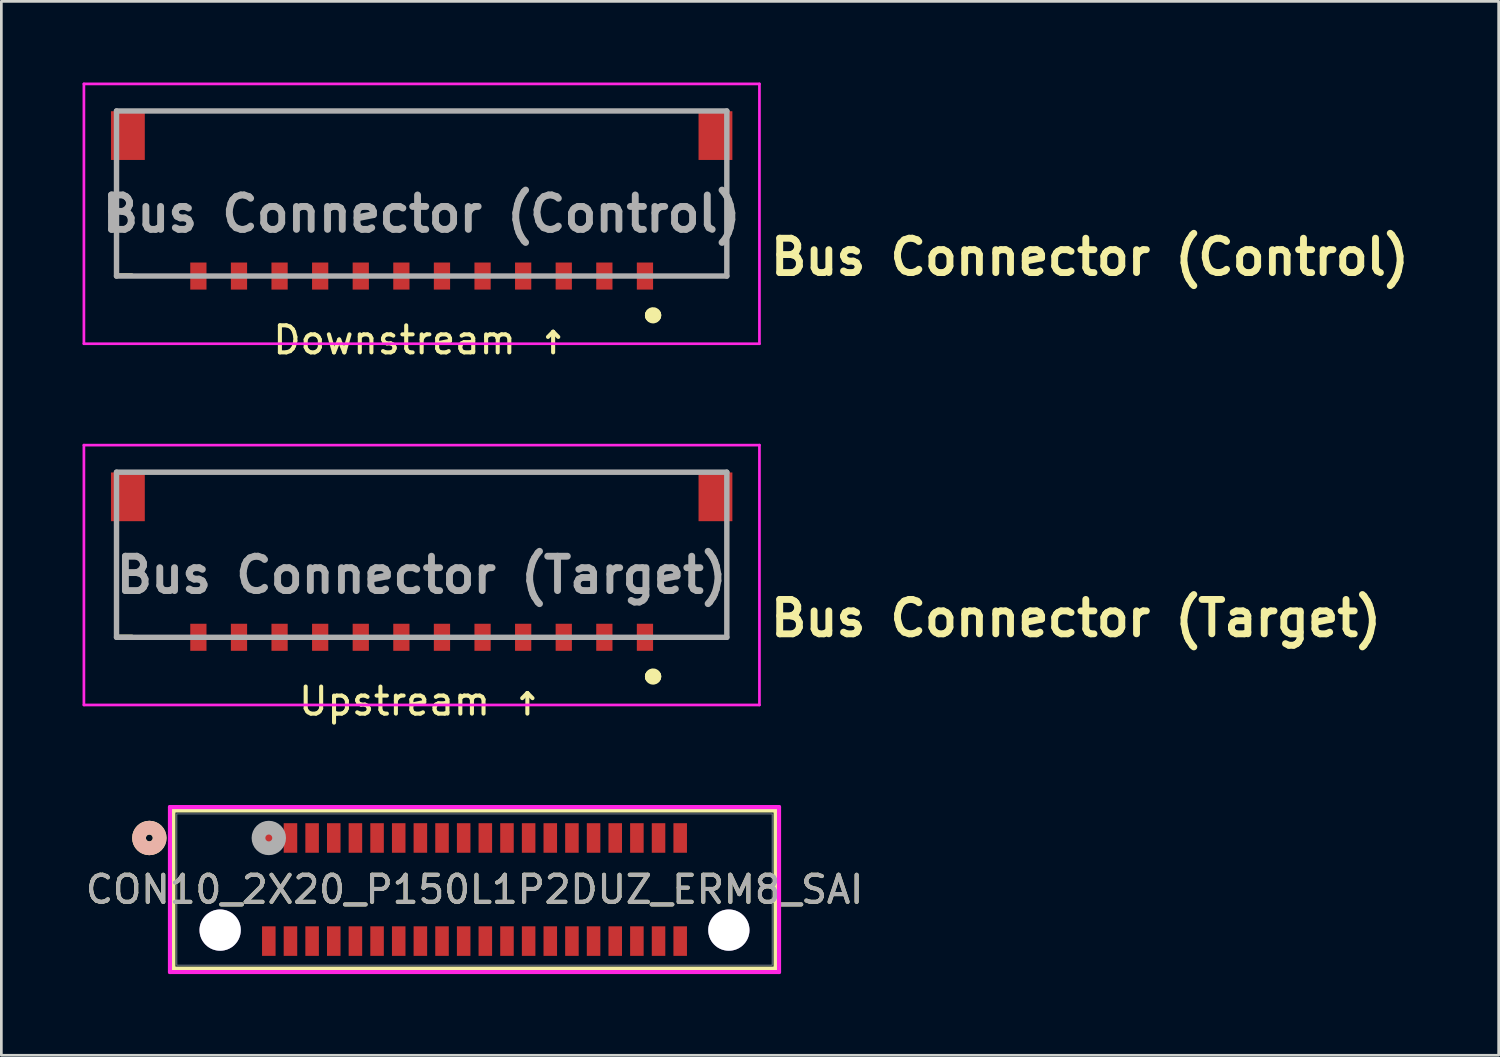
<source format=kicad_pcb>
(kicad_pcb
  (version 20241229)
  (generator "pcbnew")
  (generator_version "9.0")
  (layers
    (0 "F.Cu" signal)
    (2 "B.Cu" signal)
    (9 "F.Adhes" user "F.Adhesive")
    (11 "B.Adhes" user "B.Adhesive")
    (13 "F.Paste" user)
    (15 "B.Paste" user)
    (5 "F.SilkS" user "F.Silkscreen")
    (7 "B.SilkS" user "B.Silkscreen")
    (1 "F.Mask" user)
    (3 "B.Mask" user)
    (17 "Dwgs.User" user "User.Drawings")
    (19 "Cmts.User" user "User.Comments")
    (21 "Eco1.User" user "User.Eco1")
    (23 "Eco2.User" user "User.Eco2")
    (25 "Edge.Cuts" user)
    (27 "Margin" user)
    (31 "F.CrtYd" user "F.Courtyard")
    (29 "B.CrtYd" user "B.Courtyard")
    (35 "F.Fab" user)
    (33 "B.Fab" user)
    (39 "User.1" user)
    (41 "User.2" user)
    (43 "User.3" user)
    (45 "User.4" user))
  (footprint "CON10_2X20_P150L1P2DUZ_ERM8_SAI"
    (layer "F.Cu")
    (at 6.882 27.912)
    (property "Reference" "CON10_2X20_P150L1P2DUZ_ERM8_SAI" (at 7.6 1.905 0) (unlocked yes) (layer "F.SilkS") (effects (font (size 1 1) (thickness 0.15))))
    (attr smd)
    (fp_line (start -3.525 -1.016) (end -3.525 4.826) (stroke (width 0.152) (type solid)) (layer "F.SilkS"))
    (fp_line (start -3.525 4.826) (end 18.725 4.826) (stroke (width 0.152) (type solid)) (layer "F.SilkS"))
    (fp_line (start 18.725 -1.016) (end -3.525 -1.016) (stroke (width 0.152) (type solid)) (layer "F.SilkS"))
    (fp_line (start 18.725 4.826) (end 18.725 -1.016) (stroke (width 0.152) (type solid)) (layer "F.SilkS"))
    (fp_circle (center -4.414 0) (end -4.033 0) (stroke (width 0.508) (type solid)) (fill no) (layer "F.SilkS"))
    (fp_circle (center -4.414 0) (end -4.033 0) (stroke (width 0.508) (type solid)) (fill no) (layer "B.SilkS"))
    (fp_line (start -3.652 -1.143) (end -3.652 4.953) (stroke (width 0.152) (type solid)) (layer "F.CrtYd"))
    (fp_line (start -3.652 4.953) (end 18.852 4.953) (stroke (width 0.152) (type solid)) (layer "F.CrtYd"))
    (fp_line (start 18.852 -1.143) (end -3.652 -1.143) (stroke (width 0.152) (type solid)) (layer "F.CrtYd"))
    (fp_line (start 18.852 4.953) (end 18.852 -1.143) (stroke (width 0.152) (type solid)) (layer "F.CrtYd"))
    (fp_line (start -3.398 -0.889) (end -3.398 4.699) (stroke (width 0.025) (type solid)) (layer "F.Fab"))
    (fp_line (start -3.398 4.699) (end 18.598 4.699) (stroke (width 0.025) (type solid)) (layer "F.Fab"))
    (fp_line (start 18.598 -0.889) (end -3.398 -0.889) (stroke (width 0.025) (type solid)) (layer "F.Fab"))
    (fp_line (start 18.598 4.699) (end 18.598 -0.889) (stroke (width 0.025) (type solid)) (layer "F.Fab"))
    (fp_circle (center 0 0) (end 0.381 0) (stroke (width 0.508) (type solid)) (fill no) (layer "F.Fab"))
    (fp_text user "${REFERENCE}" (at 7.6 1.905 0) (unlocked yes) (layer "F.Fab") (effects (font (size 1 1) (thickness 0.15))))
    (pad "1" smd rect (at 0 0) (size 0.5 1.092) (layers "F.Cu" "F.Mask" "F.Paste"))
    (pad "2" smd rect (at 0 3.81) (size 0.5 1.092) (layers "F.Cu" "F.Mask" "F.Paste"))
    (pad "3" smd rect (at 0.8 0) (size 0.5 1.092) (layers "F.Cu" "F.Mask" "F.Paste"))
    (pad "4" smd rect (at 0.8 3.81) (size 0.5 1.092) (layers "F.Cu" "F.Mask" "F.Paste"))
    (pad "5" smd rect (at 1.6 0) (size 0.5 1.092) (layers "F.Cu" "F.Mask" "F.Paste"))
    (pad "6" smd rect (at 1.6 3.81) (size 0.5 1.092) (layers "F.Cu" "F.Mask" "F.Paste"))
    (pad "7" smd rect (at 2.4 0) (size 0.5 1.092) (layers "F.Cu" "F.Mask" "F.Paste"))
    (pad "8" smd rect (at 2.4 3.81) (size 0.5 1.092) (layers "F.Cu" "F.Mask" "F.Paste"))
    (pad "9" smd rect (at 3.2 0) (size 0.5 1.092) (layers "F.Cu" "F.Mask" "F.Paste"))
    (pad "10" smd rect (at 3.2 3.81) (size 0.5 1.092) (layers "F.Cu" "F.Mask" "F.Paste"))
    (pad "11" smd rect (at 4 0) (size 0.5 1.092) (layers "F.Cu" "F.Mask" "F.Paste"))
    (pad "12" smd rect (at 4 3.81) (size 0.5 1.092) (layers "F.Cu" "F.Mask" "F.Paste"))
    (pad "13" smd rect (at 4.8 0) (size 0.5 1.092) (layers "F.Cu" "F.Mask" "F.Paste"))
    (pad "14" smd rect (at 4.8 3.81) (size 0.5 1.092) (layers "F.Cu" "F.Mask" "F.Paste"))
    (pad "15" smd rect (at 5.6 0) (size 0.5 1.092) (layers "F.Cu" "F.Mask" "F.Paste"))
    (pad "16" smd rect (at 5.6 3.81) (size 0.5 1.092) (layers "F.Cu" "F.Mask" "F.Paste"))
    (pad "17" smd rect (at 6.4 0) (size 0.5 1.092) (layers "F.Cu" "F.Mask" "F.Paste"))
    (pad "18" smd rect (at 6.4 3.81) (size 0.5 1.092) (layers "F.Cu" "F.Mask" "F.Paste"))
    (pad "19" smd rect (at 7.2 0) (size 0.5 1.092) (layers "F.Cu" "F.Mask" "F.Paste"))
    (pad "20" smd rect (at 7.2 3.81) (size 0.5 1.092) (layers "F.Cu" "F.Mask" "F.Paste"))
    (pad "21" smd rect (at 8 0) (size 0.5 1.092) (layers "F.Cu" "F.Mask" "F.Paste"))
    (pad "22" smd rect (at 8 3.81) (size 0.5 1.092) (layers "F.Cu" "F.Mask" "F.Paste"))
    (pad "23" smd rect (at 8.8 0) (size 0.5 1.092) (layers "F.Cu" "F.Mask" "F.Paste"))
    (pad "24" smd rect (at 8.8 3.81) (size 0.5 1.092) (layers "F.Cu" "F.Mask" "F.Paste"))
    (pad "25" smd rect (at 9.6 0) (size 0.5 1.092) (layers "F.Cu" "F.Mask" "F.Paste"))
    (pad "26" smd rect (at 9.6 3.81) (size 0.5 1.092) (layers "F.Cu" "F.Mask" "F.Paste"))
    (pad "27" smd rect (at 10.4 0) (size 0.5 1.092) (layers "F.Cu" "F.Mask" "F.Paste"))
    (pad "28" smd rect (at 10.4 3.81) (size 0.5 1.092) (layers "F.Cu" "F.Mask" "F.Paste"))
    (pad "29" smd rect (at 11.2 0) (size 0.5 1.092) (layers "F.Cu" "F.Mask" "F.Paste"))
    (pad "30" smd rect (at 11.2 3.81) (size 0.5 1.092) (layers "F.Cu" "F.Mask" "F.Paste"))
    (pad "31" smd rect (at 12 0) (size 0.5 1.092) (layers "F.Cu" "F.Mask" "F.Paste"))
    (pad "32" smd rect (at 12 3.81) (size 0.5 1.092) (layers "F.Cu" "F.Mask" "F.Paste"))
    (pad "33" smd rect (at 12.8 0) (size 0.5 1.092) (layers "F.Cu" "F.Mask" "F.Paste"))
    (pad "34" smd rect (at 12.8 3.81) (size 0.5 1.092) (layers "F.Cu" "F.Mask" "F.Paste"))
    (pad "35" smd rect (at 13.6 0) (size 0.5 1.092) (layers "F.Cu" "F.Mask" "F.Paste"))
    (pad "36" smd rect (at 13.6 3.81) (size 0.5 1.092) (layers "F.Cu" "F.Mask" "F.Paste"))
    (pad "37" smd rect (at 14.4 0) (size 0.5 1.092) (layers "F.Cu" "F.Mask" "F.Paste"))
    (pad "38" smd rect (at 14.4 3.81) (size 0.5 1.092) (layers "F.Cu" "F.Mask" "F.Paste"))
    (pad "39" smd rect (at 15.2 0) (size 0.5 1.092) (layers "F.Cu" "F.Mask" "F.Paste"))
    (pad "40" smd rect (at 15.2 3.81) (size 0.5 1.092) (layers "F.Cu" "F.Mask" "F.Paste"))
    (pad "41" thru_hole circle (at -1.798 3.404) (size 1.524 1.524) (drill 1.524) (layers "*.Cu" "*.Mask"))
    (pad "42" thru_hole circle (at 16.998 3.404) (size 1.524 1.524) (drill 1.524) (layers "*.Cu" "*.Mask")))
  (footprint "Bus Connector (Target)"
    (layer "F.Cu")
    (at 12.53 17.447)
    (property "Reference" "Bus Connector (Target)" (at 12.76 3.09 0) (layer "F.SilkS") (effects (font (size 1.27 1.27) (thickness 0.254)) (justify left bottom)))
    (attr smd)
    (fp_line (start -11.275 -1) (end -11.275 3) (stroke (width 0.1) (type solid)) (layer "F.SilkS"))
    (fp_line (start -11.275 3) (end -10.7 3) (stroke (width 0.1) (type solid)) (layer "F.SilkS"))
    (fp_line (start -10 -3.05) (end 10 -3.05) (stroke (width 0.1) (type solid)) (layer "F.SilkS"))
    (fp_line (start 8.5 4.5) (end 8.5 4.5) (stroke (width 0.5) (type solid)) (layer "F.SilkS"))
    (fp_line (start 8.6 4.5) (end 8.6 4.5) (stroke (width 0.5) (type solid)) (layer "F.SilkS"))
    (fp_line (start 11.275 -1) (end 11.275 3.05) (stroke (width 0.1) (type solid)) (layer "F.SilkS"))
    (fp_line (start 11.275 3.05) (end 10.7 3.05) (stroke (width 0.1) (type solid)) (layer "F.SilkS"))
    (fp_arc (start 8.5 4.5) (mid 8.55 4.45) (end 8.6 4.5) (stroke (width 0.5) (type solid)) (layer "F.SilkS"))
    (fp_arc (start 8.6 4.5) (mid 8.55 4.55) (end 8.5 4.5) (stroke (width 0.5) (type solid)) (layer "F.SilkS"))
    (fp_line (start -12.48 -4.05) (end 12.48 -4.05) (stroke (width 0.1) (type solid)) (layer "F.CrtYd"))
    (fp_line (start -12.48 5.55) (end -12.48 -4.05) (stroke (width 0.1) (type solid)) (layer "F.CrtYd"))
    (fp_line (start 12.48 -4.05) (end 12.48 5.55) (stroke (width 0.1) (type solid)) (layer "F.CrtYd"))
    (fp_line (start 12.48 5.55) (end -12.48 5.55) (stroke (width 0.1) (type solid)) (layer "F.CrtYd"))
    (fp_line (start -11.275 -3.05) (end 11.275 -3.05) (stroke (width 0.2) (type solid)) (layer "F.Fab"))
    (fp_line (start -11.275 3.05) (end -11.275 -3.05) (stroke (width 0.2) (type solid)) (layer "F.Fab"))
    (fp_line (start 11.275 -3.05) (end 11.275 3.05) (stroke (width 0.2) (type solid)) (layer "F.Fab"))
    (fp_line (start 11.275 3.05) (end -11.275 3.05) (stroke (width 0.2) (type solid)) (layer "F.Fab"))
    (fp_text user "Upstream ↑" (at 0 6 0) (unlocked yes) (layer "F.SilkS") (effects (font (size 1 1) (thickness 0.15)) (justify bottom)))
    (fp_text user "${REFERENCE}" (at 0 0.75 0) (layer "F.Fab") (effects (font (size 1.27 1.27) (thickness 0.254))))
    (pad "1" smd rect (at 8.25 3.05) (size 0.6 1) (layers "F.Cu" "F.Mask" "F.Paste"))
    (pad "2" smd rect (at 6.75 3.05) (size 0.6 1) (layers "F.Cu" "F.Mask" "F.Paste"))
    (pad "3" smd rect (at 5.25 3.05) (size 0.6 1) (layers "F.Cu" "F.Mask" "F.Paste"))
    (pad "4" smd rect (at 3.75 3.05) (size 0.6 1) (layers "F.Cu" "F.Mask" "F.Paste"))
    (pad "5" smd rect (at 2.25 3.05) (size 0.6 1) (layers "F.Cu" "F.Mask" "F.Paste"))
    (pad "6" smd rect (at 0.75 3.05) (size 0.6 1) (layers "F.Cu" "F.Mask" "F.Paste"))
    (pad "7" smd rect (at -0.75 3.05) (size 0.6 1) (layers "F.Cu" "F.Mask" "F.Paste"))
    (pad "8" smd rect (at -2.25 3.05) (size 0.6 1) (layers "F.Cu" "F.Mask" "F.Paste"))
    (pad "9" smd rect (at -3.75 3.05) (size 0.6 1) (layers "F.Cu" "F.Mask" "F.Paste"))
    (pad "10" smd rect (at -5.25 3.05) (size 0.6 1) (layers "F.Cu" "F.Mask" "F.Paste"))
    (pad "11" smd rect (at -6.75 3.05) (size 0.6 1) (layers "F.Cu" "F.Mask" "F.Paste"))
    (pad "12" smd rect (at -8.25 3.05) (size 0.6 1) (layers "F.Cu" "F.Mask" "F.Paste"))
    (pad "MP1" smd rect (at -10.855 -2.14) (size 1.25 1.8) (layers "F.Cu" "F.Mask" "F.Paste"))
    (pad "MP2" smd rect (at 10.855 -2.14) (size 1.25 1.8) (layers "F.Cu" "F.Mask" "F.Paste")))
  (footprint "Bus Connector (Control)"
    (layer "F.Cu")
    (at 12.53 4.1)
    (property "Reference" "Bus Connector (Control)" (at 12.76 3.09 0) (layer "F.SilkS") (effects (font (size 1.27 1.27) (thickness 0.254)) (justify left bottom)))
    (attr smd)
    (fp_line (start -11.275 -1) (end -11.275 3) (stroke (width 0.1) (type solid)) (layer "F.SilkS"))
    (fp_line (start -11.275 3) (end -10.7 3) (stroke (width 0.1) (type solid)) (layer "F.SilkS"))
    (fp_line (start -10 -3.05) (end 10 -3.05) (stroke (width 0.1) (type solid)) (layer "F.SilkS"))
    (fp_line (start 8.5 4.5) (end 8.5 4.5) (stroke (width 0.5) (type solid)) (layer "F.SilkS"))
    (fp_line (start 8.6 4.5) (end 8.6 4.5) (stroke (width 0.5) (type solid)) (layer "F.SilkS"))
    (fp_line (start 11.275 -1) (end 11.275 3.05) (stroke (width 0.1) (type solid)) (layer "F.SilkS"))
    (fp_line (start 11.275 3.05) (end 10.7 3.05) (stroke (width 0.1) (type solid)) (layer "F.SilkS"))
    (fp_arc (start 8.5 4.5) (mid 8.55 4.45) (end 8.6 4.5) (stroke (width 0.5) (type solid)) (layer "F.SilkS"))
    (fp_arc (start 8.6 4.5) (mid 8.55 4.55) (end 8.5 4.5) (stroke (width 0.5) (type solid)) (layer "F.SilkS"))
    (fp_line (start -12.48 -4.05) (end 12.48 -4.05) (stroke (width 0.1) (type solid)) (layer "F.CrtYd"))
    (fp_line (start -12.48 5.55) (end -12.48 -4.05) (stroke (width 0.1) (type solid)) (layer "F.CrtYd"))
    (fp_line (start 12.48 -4.05) (end 12.48 5.55) (stroke (width 0.1) (type solid)) (layer "F.CrtYd"))
    (fp_line (start 12.48 5.55) (end -12.48 5.55) (stroke (width 0.1) (type solid)) (layer "F.CrtYd"))
    (fp_line (start -11.275 -3.05) (end 11.275 -3.05) (stroke (width 0.2) (type solid)) (layer "F.Fab"))
    (fp_line (start -11.275 3.05) (end -11.275 -3.05) (stroke (width 0.2) (type solid)) (layer "F.Fab"))
    (fp_line (start 11.275 -3.05) (end 11.275 3.05) (stroke (width 0.2) (type solid)) (layer "F.Fab"))
    (fp_line (start 11.275 3.05) (end -11.275 3.05) (stroke (width 0.2) (type solid)) (layer "F.Fab"))
    (fp_text user "Downstream ↑" (at 0 6 0) (unlocked yes) (layer "F.SilkS") (effects (font (size 1 1) (thickness 0.15)) (justify bottom)))
    (fp_text user "${REFERENCE}" (at 0 0.75 0) (layer "F.Fab") (effects (font (size 1.27 1.27) (thickness 0.254))))
    (pad "1" smd rect (at 8.25 3.05) (size 0.6 1) (layers "F.Cu" "F.Mask" "F.Paste"))
    (pad "2" smd rect (at 6.75 3.05) (size 0.6 1) (layers "F.Cu" "F.Mask" "F.Paste"))
    (pad "3" smd rect (at 5.25 3.05) (size 0.6 1) (layers "F.Cu" "F.Mask" "F.Paste"))
    (pad "4" smd rect (at 3.75 3.05) (size 0.6 1) (layers "F.Cu" "F.Mask" "F.Paste"))
    (pad "5" smd rect (at 2.25 3.05) (size 0.6 1) (layers "F.Cu" "F.Mask" "F.Paste"))
    (pad "6" smd rect (at 0.75 3.05) (size 0.6 1) (layers "F.Cu" "F.Mask" "F.Paste"))
    (pad "7" smd rect (at -0.75 3.05) (size 0.6 1) (layers "F.Cu" "F.Mask" "F.Paste"))
    (pad "8" smd rect (at -2.25 3.05) (size 0.6 1) (layers "F.Cu" "F.Mask" "F.Paste"))
    (pad "9" smd rect (at -3.75 3.05) (size 0.6 1) (layers "F.Cu" "F.Mask" "F.Paste"))
    (pad "10" smd rect (at -5.25 3.05) (size 0.6 1) (layers "F.Cu" "F.Mask" "F.Paste"))
    (pad "11" smd rect (at -6.75 3.05) (size 0.6 1) (layers "F.Cu" "F.Mask" "F.Paste"))
    (pad "12" smd rect (at -8.25 3.05) (size 0.6 1) (layers "F.Cu" "F.Mask" "F.Paste"))
    (pad "MP1" smd rect (at -10.855 -2.14) (size 1.25 1.8) (layers "F.Cu" "F.Mask" "F.Paste"))
    (pad "MP2" smd rect (at 10.855 -2.14) (size 1.25 1.8) (layers "F.Cu" "F.Mask" "F.Paste")))
  (gr_rect
    (start -3 -3)
    (end 52.323 35.941)
    (stroke (width 0.1) (type default))
    (fill no)
    (layer "Edge.Cuts")))
</source>
